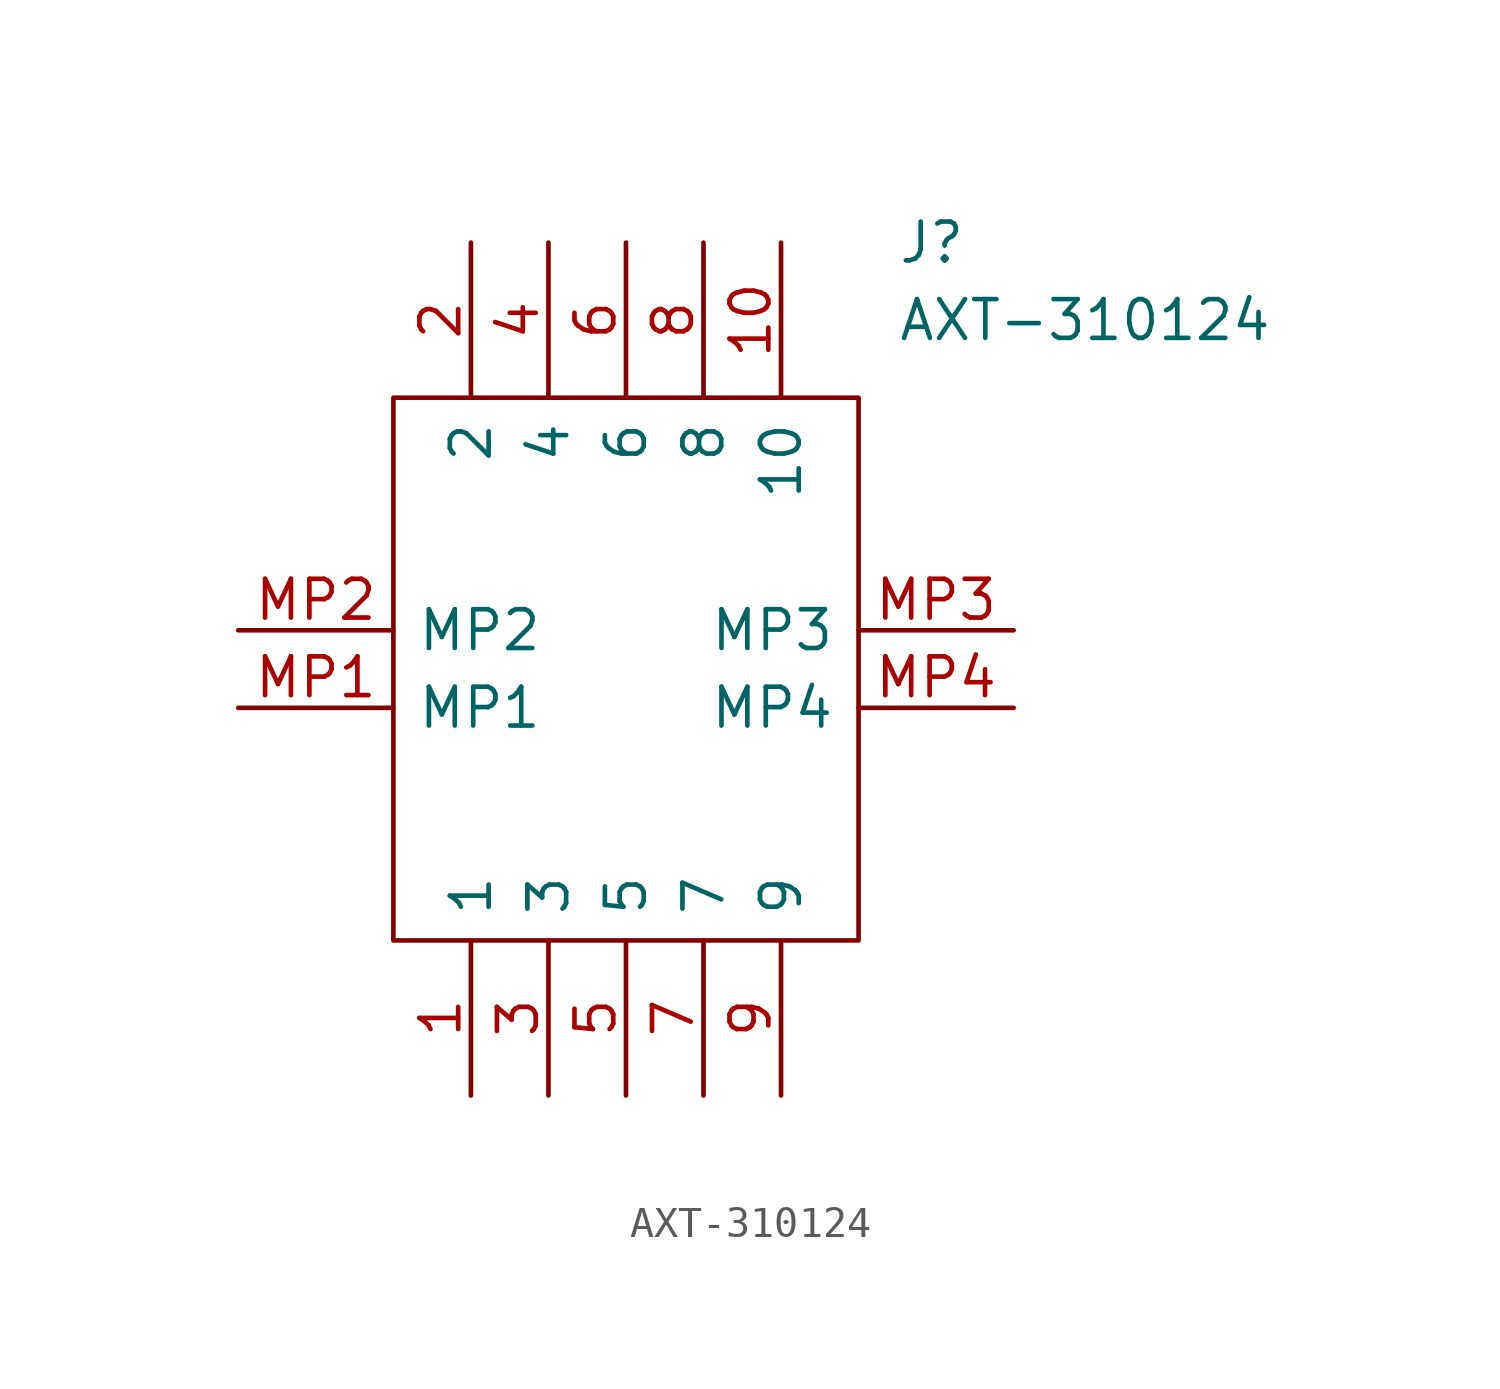
<source format=kicad_sym>
(kicad_symbol_lib
  (version 20220914)
  (generator kicad_symbol_editor)
  (symbol "AXT-310124"
    (pin_names
      (offset 0.762))
    (property "Reference" "J"
      (at 21.59 12.7 0)
      (effects (font (size 1.27 1.27)) (justify left)))
    (property "Value" "AXT-310124"
      (at 21.59 10.16 0)
      (effects (font (size 1.27 1.27)) (justify left)))
    (symbol "AXT-310124_0_0"
      (pin passive line (at 7.62 -15.24 90) (length 5.08) (name "1" (effects (font (size 1.27 1.27)))) (number "1" (effects (font (size 1.27 1.27)))))
      (pin passive line (at 17.78 12.7 270) (length 5.08) (name "10" (effects (font (size 1.27 1.27)))) (number "10" (effects (font (size 1.27 1.27)))))
      (pin passive line (at 7.62 12.7 270) (length 5.08) (name "2" (effects (font (size 1.27 1.27)))) (number "2" (effects (font (size 1.27 1.27)))))
      (pin passive line (at 10.16 -15.24 90) (length 5.08) (name "3" (effects (font (size 1.27 1.27)))) (number "3" (effects (font (size 1.27 1.27)))))
      (pin passive line (at 10.16 12.7 270) (length 5.08) (name "4" (effects (font (size 1.27 1.27)))) (number "4" (effects (font (size 1.27 1.27)))))
      (pin passive line (at 12.7 -15.24 90) (length 5.08) (name "5" (effects (font (size 1.27 1.27)))) (number "5" (effects (font (size 1.27 1.27)))))
      (pin passive line (at 12.7 12.7 270) (length 5.08) (name "6" (effects (font (size 1.27 1.27)))) (number "6" (effects (font (size 1.27 1.27)))))
      (pin passive line (at 15.24 -15.24 90) (length 5.08) (name "7" (effects (font (size 1.27 1.27)))) (number "7" (effects (font (size 1.27 1.27)))))
      (pin passive line (at 15.24 12.7 270) (length 5.08) (name "8" (effects (font (size 1.27 1.27)))) (number "8" (effects (font (size 1.27 1.27)))))
      (pin passive line (at 17.78 -15.24 90) (length 5.08) (name "9" (effects (font (size 1.27 1.27)))) (number "9" (effects (font (size 1.27 1.27)))))
      (pin passive line (at 0 -2.54 0) (length 5.08) (name "MP1" (effects (font (size 1.27 1.27)))) (number "MP1" (effects (font (size 1.27 1.27)))))
      (pin passive line (at 0 0 0) (length 5.08) (name "MP2" (effects (font (size 1.27 1.27)))) (number "MP2" (effects (font (size 1.27 1.27)))))
      (pin passive line (at 25.4 0 180) (length 5.08) (name "MP3" (effects (font (size 1.27 1.27)))) (number "MP3" (effects (font (size 1.27 1.27)))))
      (pin passive line (at 25.4 -2.54 180) (length 5.08) (name "MP4" (effects (font (size 1.27 1.27)))) (number "MP4" (effects (font (size 1.27 1.27))))))
    (symbol "AXT-310124_0_1"
      (polyline (pts (xy 5.08 7.62) (xy 20.32 7.62) (xy 20.32 -10.16) (xy 5.08 -10.16) (xy 5.08 7.62)) (stroke (width 0.152) (type solid)) (fill (type none))))))
</source>
